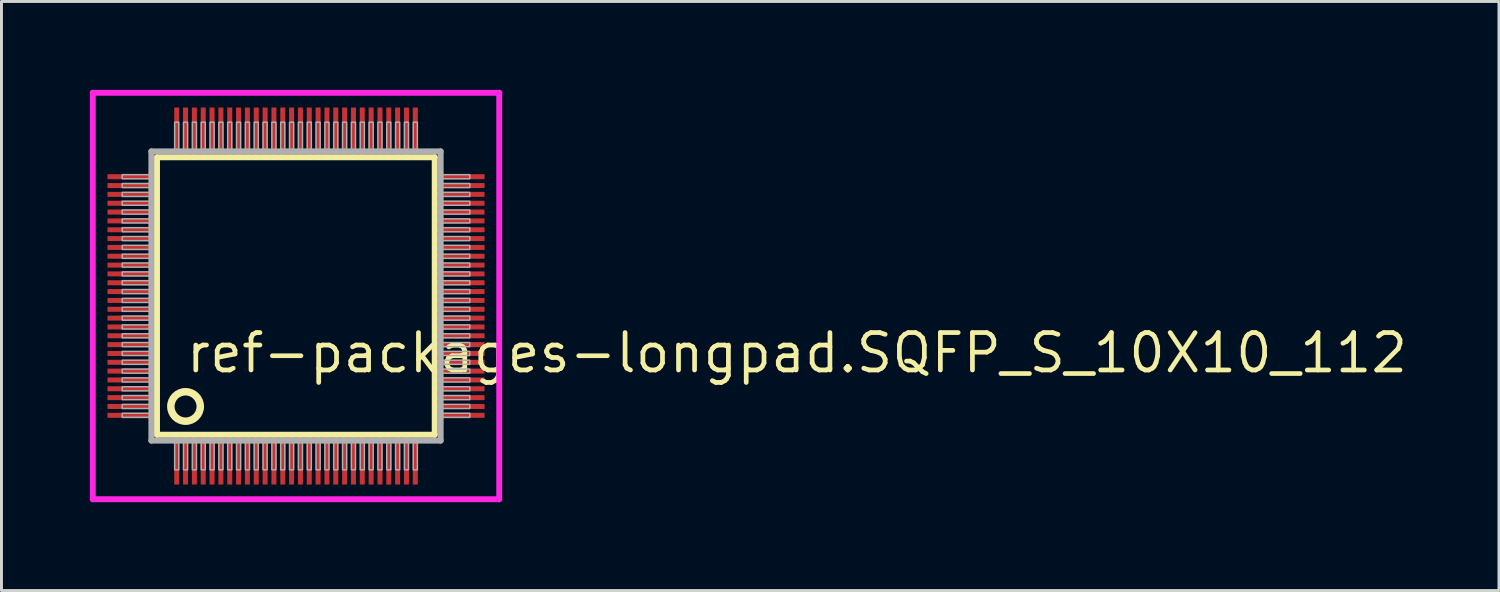
<source format=kicad_pcb>
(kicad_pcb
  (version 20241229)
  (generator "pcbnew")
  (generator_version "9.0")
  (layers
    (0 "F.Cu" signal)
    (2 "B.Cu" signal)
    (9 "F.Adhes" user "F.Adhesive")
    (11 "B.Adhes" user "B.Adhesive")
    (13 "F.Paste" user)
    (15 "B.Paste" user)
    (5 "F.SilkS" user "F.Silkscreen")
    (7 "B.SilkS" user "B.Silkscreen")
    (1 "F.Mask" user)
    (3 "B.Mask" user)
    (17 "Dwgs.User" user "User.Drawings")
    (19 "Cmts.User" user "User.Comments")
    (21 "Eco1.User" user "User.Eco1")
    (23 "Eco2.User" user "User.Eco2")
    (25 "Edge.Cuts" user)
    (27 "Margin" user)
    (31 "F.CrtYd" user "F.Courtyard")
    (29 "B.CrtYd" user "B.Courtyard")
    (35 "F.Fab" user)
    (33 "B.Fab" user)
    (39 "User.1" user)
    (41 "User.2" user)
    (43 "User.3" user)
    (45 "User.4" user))
  (footprint "ref-packages-longpad.SQFP_S_10X10_112"
    (layer "F.Cu")
    (at 7 7)
    (property "Reference" "ref-packages-longpad.SQFP_S_10X10_112" (at -3.81 2.675 0) (layer "F.SilkS") (effects (font (size 1.27 1.27) (thickness 0.16)) (justify left bottom)))
    (attr smd)
    (fp_line (start -4.72 -4.71) (end 4.71 -4.71) (stroke (width 0.203) (type default)) (layer "F.SilkS"))
    (fp_line (start -4.72 4.71) (end -4.72 -4.71) (stroke (width 0.203) (type default)) (layer "F.SilkS"))
    (fp_line (start 4.71 -4.71) (end 4.71 4.71) (stroke (width 0.203) (type default)) (layer "F.SilkS"))
    (fp_line (start 4.71 4.71) (end -4.72 4.71) (stroke (width 0.203) (type default)) (layer "F.SilkS"))
    (fp_circle (center -3.75 3.75) (end -3.25 3.75) (stroke (width 0.254) (type default)) (fill no) (layer "F.SilkS"))
    (fp_line (start -6.9 -6.9) (end 6.9 -6.9) (stroke (width 0.2) (type default)) (layer "F.CrtYd"))
    (fp_line (start -6.9 6.9) (end -6.9 -6.9) (stroke (width 0.2) (type default)) (layer "F.CrtYd"))
    (fp_line (start 6.9 -6.9) (end 6.9 6.9) (stroke (width 0.2) (type default)) (layer "F.CrtYd"))
    (fp_line (start 6.9 6.9) (end -6.9 6.9) (stroke (width 0.2) (type default)) (layer "F.CrtYd"))
    (fp_line (start -4.91 -4.91) (end -4.91 4.91) (stroke (width 0.203) (type default)) (layer "F.Fab"))
    (fp_line (start -4.91 4.91) (end 4.91 4.91) (stroke (width 0.203) (type default)) (layer "F.Fab"))
    (fp_line (start 4.91 -4.91) (end -4.91 -4.91) (stroke (width 0.203) (type default)) (layer "F.Fab"))
    (fp_line (start 4.91 4.91) (end 4.91 -4.91) (stroke (width 0.203) (type default)) (layer "F.Fab"))
    (fp_rect (start -5.9 -3.98) (end -4.95 -4.12) (stroke (width 0.05) (type default)) (fill no) (layer "F.Fab"))
    (fp_rect (start -5.9 -3.68) (end -4.95 -3.82) (stroke (width 0.05) (type default)) (fill no) (layer "F.Fab"))
    (fp_rect (start -5.9 -3.38) (end -4.95 -3.52) (stroke (width 0.05) (type default)) (fill no) (layer "F.Fab"))
    (fp_rect (start -5.9 -3.08) (end -4.95 -3.22) (stroke (width 0.05) (type default)) (fill no) (layer "F.Fab"))
    (fp_rect (start -5.9 -2.78) (end -4.95 -2.92) (stroke (width 0.05) (type default)) (fill no) (layer "F.Fab"))
    (fp_rect (start -5.9 -2.48) (end -4.95 -2.62) (stroke (width 0.05) (type default)) (fill no) (layer "F.Fab"))
    (fp_rect (start -5.9 -2.18) (end -4.95 -2.32) (stroke (width 0.05) (type default)) (fill no) (layer "F.Fab"))
    (fp_rect (start -5.9 -1.88) (end -4.95 -2.02) (stroke (width 0.05) (type default)) (fill no) (layer "F.Fab"))
    (fp_rect (start -5.9 -1.58) (end -4.95 -1.72) (stroke (width 0.05) (type default)) (fill no) (layer "F.Fab"))
    (fp_rect (start -5.9 -1.28) (end -4.95 -1.42) (stroke (width 0.05) (type default)) (fill no) (layer "F.Fab"))
    (fp_rect (start -5.9 -0.98) (end -4.95 -1.12) (stroke (width 0.05) (type default)) (fill no) (layer "F.Fab"))
    (fp_rect (start -5.9 -0.68) (end -4.95 -0.82) (stroke (width 0.05) (type default)) (fill no) (layer "F.Fab"))
    (fp_rect (start -5.9 -0.38) (end -4.95 -0.52) (stroke (width 0.05) (type default)) (fill no) (layer "F.Fab"))
    (fp_rect (start -5.9 -0.08) (end -4.95 -0.22) (stroke (width 0.05) (type default)) (fill no) (layer "F.Fab"))
    (fp_rect (start -5.9 0.22) (end -4.95 0.08) (stroke (width 0.05) (type default)) (fill no) (layer "F.Fab"))
    (fp_rect (start -5.9 0.52) (end -4.95 0.38) (stroke (width 0.05) (type default)) (fill no) (layer "F.Fab"))
    (fp_rect (start -5.9 0.82) (end -4.95 0.68) (stroke (width 0.05) (type default)) (fill no) (layer "F.Fab"))
    (fp_rect (start -5.9 1.12) (end -4.95 0.98) (stroke (width 0.05) (type default)) (fill no) (layer "F.Fab"))
    (fp_rect (start -5.9 1.42) (end -4.95 1.28) (stroke (width 0.05) (type default)) (fill no) (layer "F.Fab"))
    (fp_rect (start -5.9 1.72) (end -4.95 1.58) (stroke (width 0.05) (type default)) (fill no) (layer "F.Fab"))
    (fp_rect (start -5.9 2.02) (end -4.95 1.88) (stroke (width 0.05) (type default)) (fill no) (layer "F.Fab"))
    (fp_rect (start -5.9 2.32) (end -4.95 2.18) (stroke (width 0.05) (type default)) (fill no) (layer "F.Fab"))
    (fp_rect (start -5.9 2.62) (end -4.95 2.48) (stroke (width 0.05) (type default)) (fill no) (layer "F.Fab"))
    (fp_rect (start -5.9 2.92) (end -4.95 2.78) (stroke (width 0.05) (type default)) (fill no) (layer "F.Fab"))
    (fp_rect (start -5.9 3.22) (end -4.95 3.08) (stroke (width 0.05) (type default)) (fill no) (layer "F.Fab"))
    (fp_rect (start -5.9 3.52) (end -4.95 3.38) (stroke (width 0.05) (type default)) (fill no) (layer "F.Fab"))
    (fp_rect (start -5.9 3.82) (end -4.95 3.68) (stroke (width 0.05) (type default)) (fill no) (layer "F.Fab"))
    (fp_rect (start -5.9 4.12) (end -4.95 3.98) (stroke (width 0.05) (type default)) (fill no) (layer "F.Fab"))
    (fp_rect (start -4.12 -4.95) (end -3.98 -5.9) (stroke (width 0.05) (type default)) (fill no) (layer "F.Fab"))
    (fp_rect (start -4.12 5.9) (end -3.98 4.95) (stroke (width 0.05) (type default)) (fill no) (layer "F.Fab"))
    (fp_rect (start -3.82 -4.95) (end -3.68 -5.9) (stroke (width 0.05) (type default)) (fill no) (layer "F.Fab"))
    (fp_rect (start -3.82 5.9) (end -3.68 4.95) (stroke (width 0.05) (type default)) (fill no) (layer "F.Fab"))
    (fp_rect (start -3.52 -4.95) (end -3.38 -5.9) (stroke (width 0.05) (type default)) (fill no) (layer "F.Fab"))
    (fp_rect (start -3.52 5.9) (end -3.38 4.95) (stroke (width 0.05) (type default)) (fill no) (layer "F.Fab"))
    (fp_rect (start -3.22 -4.95) (end -3.08 -5.9) (stroke (width 0.05) (type default)) (fill no) (layer "F.Fab"))
    (fp_rect (start -3.22 5.9) (end -3.08 4.95) (stroke (width 0.05) (type default)) (fill no) (layer "F.Fab"))
    (fp_rect (start -2.92 -4.95) (end -2.78 -5.9) (stroke (width 0.05) (type default)) (fill no) (layer "F.Fab"))
    (fp_rect (start -2.92 5.9) (end -2.78 4.95) (stroke (width 0.05) (type default)) (fill no) (layer "F.Fab"))
    (fp_rect (start -2.62 -4.95) (end -2.48 -5.9) (stroke (width 0.05) (type default)) (fill no) (layer "F.Fab"))
    (fp_rect (start -2.62 5.9) (end -2.48 4.95) (stroke (width 0.05) (type default)) (fill no) (layer "F.Fab"))
    (fp_rect (start -2.32 -4.95) (end -2.18 -5.9) (stroke (width 0.05) (type default)) (fill no) (layer "F.Fab"))
    (fp_rect (start -2.32 5.9) (end -2.18 4.95) (stroke (width 0.05) (type default)) (fill no) (layer "F.Fab"))
    (fp_rect (start -2.02 -4.95) (end -1.88 -5.9) (stroke (width 0.05) (type default)) (fill no) (layer "F.Fab"))
    (fp_rect (start -2.02 5.9) (end -1.88 4.95) (stroke (width 0.05) (type default)) (fill no) (layer "F.Fab"))
    (fp_rect (start -1.72 -4.95) (end -1.58 -5.9) (stroke (width 0.05) (type default)) (fill no) (layer "F.Fab"))
    (fp_rect (start -1.72 5.9) (end -1.58 4.95) (stroke (width 0.05) (type default)) (fill no) (layer "F.Fab"))
    (fp_rect (start -1.42 -4.95) (end -1.28 -5.9) (stroke (width 0.05) (type default)) (fill no) (layer "F.Fab"))
    (fp_rect (start -1.42 5.9) (end -1.28 4.95) (stroke (width 0.05) (type default)) (fill no) (layer "F.Fab"))
    (fp_rect (start -1.12 -4.95) (end -0.98 -5.9) (stroke (width 0.05) (type default)) (fill no) (layer "F.Fab"))
    (fp_rect (start -1.12 5.9) (end -0.98 4.95) (stroke (width 0.05) (type default)) (fill no) (layer "F.Fab"))
    (fp_rect (start -0.82 -4.95) (end -0.68 -5.9) (stroke (width 0.05) (type default)) (fill no) (layer "F.Fab"))
    (fp_rect (start -0.82 5.9) (end -0.68 4.95) (stroke (width 0.05) (type default)) (fill no) (layer "F.Fab"))
    (fp_rect (start -0.52 -4.95) (end -0.38 -5.9) (stroke (width 0.05) (type default)) (fill no) (layer "F.Fab"))
    (fp_rect (start -0.52 5.9) (end -0.38 4.95) (stroke (width 0.05) (type default)) (fill no) (layer "F.Fab"))
    (fp_rect (start -0.22 -4.95) (end -0.08 -5.9) (stroke (width 0.05) (type default)) (fill no) (layer "F.Fab"))
    (fp_rect (start -0.22 5.9) (end -0.08 4.95) (stroke (width 0.05) (type default)) (fill no) (layer "F.Fab"))
    (fp_rect (start 0.08 -4.95) (end 0.22 -5.9) (stroke (width 0.05) (type default)) (fill no) (layer "F.Fab"))
    (fp_rect (start 0.08 5.9) (end 0.22 4.95) (stroke (width 0.05) (type default)) (fill no) (layer "F.Fab"))
    (fp_rect (start 0.38 -4.95) (end 0.52 -5.9) (stroke (width 0.05) (type default)) (fill no) (layer "F.Fab"))
    (fp_rect (start 0.38 5.9) (end 0.52 4.95) (stroke (width 0.05) (type default)) (fill no) (layer "F.Fab"))
    (fp_rect (start 0.68 -4.95) (end 0.82 -5.9) (stroke (width 0.05) (type default)) (fill no) (layer "F.Fab"))
    (fp_rect (start 0.68 5.9) (end 0.82 4.95) (stroke (width 0.05) (type default)) (fill no) (layer "F.Fab"))
    (fp_rect (start 0.98 -4.95) (end 1.12 -5.9) (stroke (width 0.05) (type default)) (fill no) (layer "F.Fab"))
    (fp_rect (start 0.98 5.9) (end 1.12 4.95) (stroke (width 0.05) (type default)) (fill no) (layer "F.Fab"))
    (fp_rect (start 1.28 -4.95) (end 1.42 -5.9) (stroke (width 0.05) (type default)) (fill no) (layer "F.Fab"))
    (fp_rect (start 1.28 5.9) (end 1.42 4.95) (stroke (width 0.05) (type default)) (fill no) (layer "F.Fab"))
    (fp_rect (start 1.58 -4.95) (end 1.72 -5.9) (stroke (width 0.05) (type default)) (fill no) (layer "F.Fab"))
    (fp_rect (start 1.58 5.9) (end 1.72 4.95) (stroke (width 0.05) (type default)) (fill no) (layer "F.Fab"))
    (fp_rect (start 1.88 -4.95) (end 2.02 -5.9) (stroke (width 0.05) (type default)) (fill no) (layer "F.Fab"))
    (fp_rect (start 1.88 5.9) (end 2.02 4.95) (stroke (width 0.05) (type default)) (fill no) (layer "F.Fab"))
    (fp_rect (start 2.18 -4.95) (end 2.32 -5.9) (stroke (width 0.05) (type default)) (fill no) (layer "F.Fab"))
    (fp_rect (start 2.18 5.9) (end 2.32 4.95) (stroke (width 0.05) (type default)) (fill no) (layer "F.Fab"))
    (fp_rect (start 2.48 -4.95) (end 2.62 -5.9) (stroke (width 0.05) (type default)) (fill no) (layer "F.Fab"))
    (fp_rect (start 2.48 5.9) (end 2.62 4.95) (stroke (width 0.05) (type default)) (fill no) (layer "F.Fab"))
    (fp_rect (start 2.78 -4.95) (end 2.92 -5.9) (stroke (width 0.05) (type default)) (fill no) (layer "F.Fab"))
    (fp_rect (start 2.78 5.9) (end 2.92 4.95) (stroke (width 0.05) (type default)) (fill no) (layer "F.Fab"))
    (fp_rect (start 3.08 -4.95) (end 3.22 -5.9) (stroke (width 0.05) (type default)) (fill no) (layer "F.Fab"))
    (fp_rect (start 3.08 5.9) (end 3.22 4.95) (stroke (width 0.05) (type default)) (fill no) (layer "F.Fab"))
    (fp_rect (start 3.38 -4.95) (end 3.52 -5.9) (stroke (width 0.05) (type default)) (fill no) (layer "F.Fab"))
    (fp_rect (start 3.38 5.9) (end 3.52 4.95) (stroke (width 0.05) (type default)) (fill no) (layer "F.Fab"))
    (fp_rect (start 3.68 -4.95) (end 3.82 -5.9) (stroke (width 0.05) (type default)) (fill no) (layer "F.Fab"))
    (fp_rect (start 3.68 5.9) (end 3.82 4.95) (stroke (width 0.05) (type default)) (fill no) (layer "F.Fab"))
    (fp_rect (start 3.98 -4.95) (end 4.12 -5.9) (stroke (width 0.05) (type default)) (fill no) (layer "F.Fab"))
    (fp_rect (start 3.98 5.9) (end 4.12 4.95) (stroke (width 0.05) (type default)) (fill no) (layer "F.Fab"))
    (fp_rect (start 4.95 -3.98) (end 5.9 -4.12) (stroke (width 0.05) (type default)) (fill no) (layer "F.Fab"))
    (fp_rect (start 4.95 -3.68) (end 5.9 -3.82) (stroke (width 0.05) (type default)) (fill no) (layer "F.Fab"))
    (fp_rect (start 4.95 -3.38) (end 5.9 -3.52) (stroke (width 0.05) (type default)) (fill no) (layer "F.Fab"))
    (fp_rect (start 4.95 -3.08) (end 5.9 -3.22) (stroke (width 0.05) (type default)) (fill no) (layer "F.Fab"))
    (fp_rect (start 4.95 -2.78) (end 5.9 -2.92) (stroke (width 0.05) (type default)) (fill no) (layer "F.Fab"))
    (fp_rect (start 4.95 -2.48) (end 5.9 -2.62) (stroke (width 0.05) (type default)) (fill no) (layer "F.Fab"))
    (fp_rect (start 4.95 -2.18) (end 5.9 -2.32) (stroke (width 0.05) (type default)) (fill no) (layer "F.Fab"))
    (fp_rect (start 4.95 -1.88) (end 5.9 -2.02) (stroke (width 0.05) (type default)) (fill no) (layer "F.Fab"))
    (fp_rect (start 4.95 -1.58) (end 5.9 -1.72) (stroke (width 0.05) (type default)) (fill no) (layer "F.Fab"))
    (fp_rect (start 4.95 -1.28) (end 5.9 -1.42) (stroke (width 0.05) (type default)) (fill no) (layer "F.Fab"))
    (fp_rect (start 4.95 -0.98) (end 5.9 -1.12) (stroke (width 0.05) (type default)) (fill no) (layer "F.Fab"))
    (fp_rect (start 4.95 -0.68) (end 5.9 -0.82) (stroke (width 0.05) (type default)) (fill no) (layer "F.Fab"))
    (fp_rect (start 4.95 -0.38) (end 5.9 -0.52) (stroke (width 0.05) (type default)) (fill no) (layer "F.Fab"))
    (fp_rect (start 4.95 -0.08) (end 5.9 -0.22) (stroke (width 0.05) (type default)) (fill no) (layer "F.Fab"))
    (fp_rect (start 4.95 0.22) (end 5.9 0.08) (stroke (width 0.05) (type default)) (fill no) (layer "F.Fab"))
    (fp_rect (start 4.95 0.52) (end 5.9 0.38) (stroke (width 0.05) (type default)) (fill no) (layer "F.Fab"))
    (fp_rect (start 4.95 0.82) (end 5.9 0.68) (stroke (width 0.05) (type default)) (fill no) (layer "F.Fab"))
    (fp_rect (start 4.95 1.12) (end 5.9 0.98) (stroke (width 0.05) (type default)) (fill no) (layer "F.Fab"))
    (fp_rect (start 4.95 1.42) (end 5.9 1.28) (stroke (width 0.05) (type default)) (fill no) (layer "F.Fab"))
    (fp_rect (start 4.95 1.72) (end 5.9 1.58) (stroke (width 0.05) (type default)) (fill no) (layer "F.Fab"))
    (fp_rect (start 4.95 2.02) (end 5.9 1.88) (stroke (width 0.05) (type default)) (fill no) (layer "F.Fab"))
    (fp_rect (start 4.95 2.32) (end 5.9 2.18) (stroke (width 0.05) (type default)) (fill no) (layer "F.Fab"))
    (fp_rect (start 4.95 2.62) (end 5.9 2.48) (stroke (width 0.05) (type default)) (fill no) (layer "F.Fab"))
    (fp_rect (start 4.95 2.92) (end 5.9 2.78) (stroke (width 0.05) (type default)) (fill no) (layer "F.Fab"))
    (fp_rect (start 4.95 3.22) (end 5.9 3.08) (stroke (width 0.05) (type default)) (fill no) (layer "F.Fab"))
    (fp_rect (start 4.95 3.52) (end 5.9 3.38) (stroke (width 0.05) (type default)) (fill no) (layer "F.Fab"))
    (fp_rect (start 4.95 3.82) (end 5.9 3.68) (stroke (width 0.05) (type default)) (fill no) (layer "F.Fab"))
    (fp_rect (start 4.95 4.12) (end 5.9 3.98) (stroke (width 0.05) (type default)) (fill no) (layer "F.Fab"))
    (pad "1" smd roundrect (at -4.05 5.6) (size 0.17 1.6) (layers "F.Cu" "F.Mask" "F.Paste") (roundrect_rratio 0.01))
    (pad "2" smd roundrect (at -3.75 5.6) (size 0.17 1.6) (layers "F.Cu" "F.Mask" "F.Paste") (roundrect_rratio 0.01))
    (pad "3" smd roundrect (at -3.45 5.6) (size 0.17 1.6) (layers "F.Cu" "F.Mask" "F.Paste") (roundrect_rratio 0.01))
    (pad "4" smd roundrect (at -3.15 5.6) (size 0.17 1.6) (layers "F.Cu" "F.Mask" "F.Paste") (roundrect_rratio 0.01))
    (pad "5" smd roundrect (at -2.85 5.6) (size 0.17 1.6) (layers "F.Cu" "F.Mask" "F.Paste") (roundrect_rratio 0.01))
    (pad "6" smd roundrect (at -2.55 5.6) (size 0.17 1.6) (layers "F.Cu" "F.Mask" "F.Paste") (roundrect_rratio 0.01))
    (pad "7" smd roundrect (at -2.25 5.6) (size 0.17 1.6) (layers "F.Cu" "F.Mask" "F.Paste") (roundrect_rratio 0.01))
    (pad "8" smd roundrect (at -1.95 5.6) (size 0.17 1.6) (layers "F.Cu" "F.Mask" "F.Paste") (roundrect_rratio 0.01))
    (pad "9" smd roundrect (at -1.65 5.6) (size 0.17 1.6) (layers "F.Cu" "F.Mask" "F.Paste") (roundrect_rratio 0.01))
    (pad "10" smd roundrect (at -1.35 5.6) (size 0.17 1.6) (layers "F.Cu" "F.Mask" "F.Paste") (roundrect_rratio 0.01))
    (pad "11" smd roundrect (at -1.05 5.6) (size 0.17 1.6) (layers "F.Cu" "F.Mask" "F.Paste") (roundrect_rratio 0.01))
    (pad "12" smd roundrect (at -0.75 5.6) (size 0.17 1.6) (layers "F.Cu" "F.Mask" "F.Paste") (roundrect_rratio 0.01))
    (pad "13" smd roundrect (at -0.45 5.6) (size 0.17 1.6) (layers "F.Cu" "F.Mask" "F.Paste") (roundrect_rratio 0.01))
    (pad "14" smd roundrect (at -0.15 5.6) (size 0.17 1.6) (layers "F.Cu" "F.Mask" "F.Paste") (roundrect_rratio 0.01))
    (pad "15" smd roundrect (at 0.15 5.6) (size 0.17 1.6) (layers "F.Cu" "F.Mask" "F.Paste") (roundrect_rratio 0.01))
    (pad "16" smd roundrect (at 0.45 5.6) (size 0.17 1.6) (layers "F.Cu" "F.Mask" "F.Paste") (roundrect_rratio 0.01))
    (pad "17" smd roundrect (at 0.75 5.6) (size 0.17 1.6) (layers "F.Cu" "F.Mask" "F.Paste") (roundrect_rratio 0.01))
    (pad "18" smd roundrect (at 1.05 5.6) (size 0.17 1.6) (layers "F.Cu" "F.Mask" "F.Paste") (roundrect_rratio 0.01))
    (pad "19" smd roundrect (at 1.35 5.6) (size 0.17 1.6) (layers "F.Cu" "F.Mask" "F.Paste") (roundrect_rratio 0.01))
    (pad "20" smd roundrect (at 1.65 5.6) (size 0.17 1.6) (layers "F.Cu" "F.Mask" "F.Paste") (roundrect_rratio 0.01))
    (pad "21" smd roundrect (at 1.95 5.6) (size 0.17 1.6) (layers "F.Cu" "F.Mask" "F.Paste") (roundrect_rratio 0.01))
    (pad "22" smd roundrect (at 2.25 5.6) (size 0.17 1.6) (layers "F.Cu" "F.Mask" "F.Paste") (roundrect_rratio 0.01))
    (pad "23" smd roundrect (at 2.55 5.6) (size 0.17 1.6) (layers "F.Cu" "F.Mask" "F.Paste") (roundrect_rratio 0.01))
    (pad "24" smd roundrect (at 2.85 5.6) (size 0.17 1.6) (layers "F.Cu" "F.Mask" "F.Paste") (roundrect_rratio 0.01))
    (pad "25" smd roundrect (at 3.15 5.6) (size 0.17 1.6) (layers "F.Cu" "F.Mask" "F.Paste") (roundrect_rratio 0.01))
    (pad "26" smd roundrect (at 3.45 5.6) (size 0.17 1.6) (layers "F.Cu" "F.Mask" "F.Paste") (roundrect_rratio 0.01))
    (pad "27" smd roundrect (at 3.75 5.6) (size 0.17 1.6) (layers "F.Cu" "F.Mask" "F.Paste") (roundrect_rratio 0.01))
    (pad "28" smd roundrect (at 4.05 5.6) (size 0.17 1.6) (layers "F.Cu" "F.Mask" "F.Paste") (roundrect_rratio 0.01))
    (pad "29" smd roundrect (at 5.6 4.05) (size 1.6 0.17) (layers "F.Cu" "F.Mask" "F.Paste") (roundrect_rratio 0.01))
    (pad "30" smd roundrect (at 5.6 3.75) (size 1.6 0.17) (layers "F.Cu" "F.Mask" "F.Paste") (roundrect_rratio 0.01))
    (pad "31" smd roundrect (at 5.6 3.45) (size 1.6 0.17) (layers "F.Cu" "F.Mask" "F.Paste") (roundrect_rratio 0.01))
    (pad "32" smd roundrect (at 5.6 3.15) (size 1.6 0.17) (layers "F.Cu" "F.Mask" "F.Paste") (roundrect_rratio 0.01))
    (pad "33" smd roundrect (at 5.6 2.85) (size 1.6 0.17) (layers "F.Cu" "F.Mask" "F.Paste") (roundrect_rratio 0.01))
    (pad "34" smd roundrect (at 5.6 2.55) (size 1.6 0.17) (layers "F.Cu" "F.Mask" "F.Paste") (roundrect_rratio 0.01))
    (pad "35" smd roundrect (at 5.6 2.25) (size 1.6 0.17) (layers "F.Cu" "F.Mask" "F.Paste") (roundrect_rratio 0.01))
    (pad "36" smd roundrect (at 5.6 1.95) (size 1.6 0.17) (layers "F.Cu" "F.Mask" "F.Paste") (roundrect_rratio 0.01))
    (pad "37" smd roundrect (at 5.6 1.65) (size 1.6 0.17) (layers "F.Cu" "F.Mask" "F.Paste") (roundrect_rratio 0.01))
    (pad "38" smd roundrect (at 5.6 1.35) (size 1.6 0.17) (layers "F.Cu" "F.Mask" "F.Paste") (roundrect_rratio 0.01))
    (pad "39" smd roundrect (at 5.6 1.05) (size 1.6 0.17) (layers "F.Cu" "F.Mask" "F.Paste") (roundrect_rratio 0.01))
    (pad "40" smd roundrect (at 5.6 0.75) (size 1.6 0.17) (layers "F.Cu" "F.Mask" "F.Paste") (roundrect_rratio 0.01))
    (pad "41" smd roundrect (at 5.6 0.45) (size 1.6 0.17) (layers "F.Cu" "F.Mask" "F.Paste") (roundrect_rratio 0.01))
    (pad "42" smd roundrect (at 5.6 0.15) (size 1.6 0.17) (layers "F.Cu" "F.Mask" "F.Paste") (roundrect_rratio 0.01))
    (pad "43" smd roundrect (at 5.6 -0.15) (size 1.6 0.17) (layers "F.Cu" "F.Mask" "F.Paste") (roundrect_rratio 0.01))
    (pad "44" smd roundrect (at 5.6 -0.45) (size 1.6 0.17) (layers "F.Cu" "F.Mask" "F.Paste") (roundrect_rratio 0.01))
    (pad "45" smd roundrect (at 5.6 -0.75) (size 1.6 0.17) (layers "F.Cu" "F.Mask" "F.Paste") (roundrect_rratio 0.01))
    (pad "46" smd roundrect (at 5.6 -1.05) (size 1.6 0.17) (layers "F.Cu" "F.Mask" "F.Paste") (roundrect_rratio 0.01))
    (pad "47" smd roundrect (at 5.6 -1.35) (size 1.6 0.17) (layers "F.Cu" "F.Mask" "F.Paste") (roundrect_rratio 0.01))
    (pad "48" smd roundrect (at 5.6 -1.65) (size 1.6 0.17) (layers "F.Cu" "F.Mask" "F.Paste") (roundrect_rratio 0.01))
    (pad "49" smd roundrect (at 5.6 -1.95) (size 1.6 0.17) (layers "F.Cu" "F.Mask" "F.Paste") (roundrect_rratio 0.01))
    (pad "50" smd roundrect (at 5.6 -2.25) (size 1.6 0.17) (layers "F.Cu" "F.Mask" "F.Paste") (roundrect_rratio 0.01))
    (pad "51" smd roundrect (at 5.6 -2.55) (size 1.6 0.17) (layers "F.Cu" "F.Mask" "F.Paste") (roundrect_rratio 0.01))
    (pad "52" smd roundrect (at 5.6 -2.85) (size 1.6 0.17) (layers "F.Cu" "F.Mask" "F.Paste") (roundrect_rratio 0.01))
    (pad "53" smd roundrect (at 5.6 -3.15) (size 1.6 0.17) (layers "F.Cu" "F.Mask" "F.Paste") (roundrect_rratio 0.01))
    (pad "54" smd roundrect (at 5.6 -3.45) (size 1.6 0.17) (layers "F.Cu" "F.Mask" "F.Paste") (roundrect_rratio 0.01))
    (pad "55" smd roundrect (at 5.6 -3.75) (size 1.6 0.17) (layers "F.Cu" "F.Mask" "F.Paste") (roundrect_rratio 0.01))
    (pad "56" smd roundrect (at 5.6 -4.05) (size 1.6 0.17) (layers "F.Cu" "F.Mask" "F.Paste") (roundrect_rratio 0.01))
    (pad "57" smd roundrect (at 4.05 -5.6) (size 0.17 1.6) (layers "F.Cu" "F.Mask" "F.Paste") (roundrect_rratio 0.01))
    (pad "58" smd roundrect (at 3.75 -5.6) (size 0.17 1.6) (layers "F.Cu" "F.Mask" "F.Paste") (roundrect_rratio 0.01))
    (pad "59" smd roundrect (at 3.45 -5.6) (size 0.17 1.6) (layers "F.Cu" "F.Mask" "F.Paste") (roundrect_rratio 0.01))
    (pad "60" smd roundrect (at 3.15 -5.6) (size 0.17 1.6) (layers "F.Cu" "F.Mask" "F.Paste") (roundrect_rratio 0.01))
    (pad "61" smd roundrect (at 2.85 -5.6) (size 0.17 1.6) (layers "F.Cu" "F.Mask" "F.Paste") (roundrect_rratio 0.01))
    (pad "62" smd roundrect (at 2.55 -5.6) (size 0.17 1.6) (layers "F.Cu" "F.Mask" "F.Paste") (roundrect_rratio 0.01))
    (pad "63" smd roundrect (at 2.25 -5.6) (size 0.17 1.6) (layers "F.Cu" "F.Mask" "F.Paste") (roundrect_rratio 0.01))
    (pad "64" smd roundrect (at 1.95 -5.6) (size 0.17 1.6) (layers "F.Cu" "F.Mask" "F.Paste") (roundrect_rratio 0.01))
    (pad "65" smd roundrect (at 1.65 -5.6) (size 0.17 1.6) (layers "F.Cu" "F.Mask" "F.Paste") (roundrect_rratio 0.01))
    (pad "66" smd roundrect (at 1.35 -5.6) (size 0.17 1.6) (layers "F.Cu" "F.Mask" "F.Paste") (roundrect_rratio 0.01))
    (pad "67" smd roundrect (at 1.05 -5.6) (size 0.17 1.6) (layers "F.Cu" "F.Mask" "F.Paste") (roundrect_rratio 0.01))
    (pad "68" smd roundrect (at 0.75 -5.6) (size 0.17 1.6) (layers "F.Cu" "F.Mask" "F.Paste") (roundrect_rratio 0.01))
    (pad "69" smd roundrect (at 0.45 -5.6) (size 0.17 1.6) (layers "F.Cu" "F.Mask" "F.Paste") (roundrect_rratio 0.01))
    (pad "70" smd roundrect (at 0.15 -5.6) (size 0.17 1.6) (layers "F.Cu" "F.Mask" "F.Paste") (roundrect_rratio 0.01))
    (pad "71" smd roundrect (at -0.15 -5.6) (size 0.17 1.6) (layers "F.Cu" "F.Mask" "F.Paste") (roundrect_rratio 0.01))
    (pad "72" smd roundrect (at -0.45 -5.6) (size 0.17 1.6) (layers "F.Cu" "F.Mask" "F.Paste") (roundrect_rratio 0.01))
    (pad "73" smd roundrect (at -0.75 -5.6) (size 0.17 1.6) (layers "F.Cu" "F.Mask" "F.Paste") (roundrect_rratio 0.01))
    (pad "74" smd roundrect (at -1.05 -5.6) (size 0.17 1.6) (layers "F.Cu" "F.Mask" "F.Paste") (roundrect_rratio 0.01))
    (pad "75" smd roundrect (at -1.35 -5.6) (size 0.17 1.6) (layers "F.Cu" "F.Mask" "F.Paste") (roundrect_rratio 0.01))
    (pad "76" smd roundrect (at -1.65 -5.6) (size 0.17 1.6) (layers "F.Cu" "F.Mask" "F.Paste") (roundrect_rratio 0.01))
    (pad "77" smd roundrect (at -1.95 -5.6) (size 0.17 1.6) (layers "F.Cu" "F.Mask" "F.Paste") (roundrect_rratio 0.01))
    (pad "78" smd roundrect (at -2.25 -5.6) (size 0.17 1.6) (layers "F.Cu" "F.Mask" "F.Paste") (roundrect_rratio 0.01))
    (pad "79" smd roundrect (at -2.55 -5.6) (size 0.17 1.6) (layers "F.Cu" "F.Mask" "F.Paste") (roundrect_rratio 0.01))
    (pad "80" smd roundrect (at -2.85 -5.6) (size 0.17 1.6) (layers "F.Cu" "F.Mask" "F.Paste") (roundrect_rratio 0.01))
    (pad "81" smd roundrect (at -3.15 -5.6) (size 0.17 1.6) (layers "F.Cu" "F.Mask" "F.Paste") (roundrect_rratio 0.01))
    (pad "82" smd roundrect (at -3.45 -5.6) (size 0.17 1.6) (layers "F.Cu" "F.Mask" "F.Paste") (roundrect_rratio 0.01))
    (pad "83" smd roundrect (at -3.75 -5.6) (size 0.17 1.6) (layers "F.Cu" "F.Mask" "F.Paste") (roundrect_rratio 0.01))
    (pad "84" smd roundrect (at -4.05 -5.6) (size 0.17 1.6) (layers "F.Cu" "F.Mask" "F.Paste") (roundrect_rratio 0.01))
    (pad "85" smd roundrect (at -5.6 -4.05) (size 1.6 0.17) (layers "F.Cu" "F.Mask" "F.Paste") (roundrect_rratio 0.01))
    (pad "86" smd roundrect (at -5.6 -3.75) (size 1.6 0.17) (layers "F.Cu" "F.Mask" "F.Paste") (roundrect_rratio 0.01))
    (pad "87" smd roundrect (at -5.6 -3.45) (size 1.6 0.17) (layers "F.Cu" "F.Mask" "F.Paste") (roundrect_rratio 0.01))
    (pad "88" smd roundrect (at -5.6 -3.15) (size 1.6 0.17) (layers "F.Cu" "F.Mask" "F.Paste") (roundrect_rratio 0.01))
    (pad "89" smd roundrect (at -5.6 -2.85) (size 1.6 0.17) (layers "F.Cu" "F.Mask" "F.Paste") (roundrect_rratio 0.01))
    (pad "90" smd roundrect (at -5.6 -2.55) (size 1.6 0.17) (layers "F.Cu" "F.Mask" "F.Paste") (roundrect_rratio 0.01))
    (pad "91" smd roundrect (at -5.6 -2.25) (size 1.6 0.17) (layers "F.Cu" "F.Mask" "F.Paste") (roundrect_rratio 0.01))
    (pad "92" smd roundrect (at -5.6 -1.95) (size 1.6 0.17) (layers "F.Cu" "F.Mask" "F.Paste") (roundrect_rratio 0.01))
    (pad "93" smd roundrect (at -5.6 -1.65) (size 1.6 0.17) (layers "F.Cu" "F.Mask" "F.Paste") (roundrect_rratio 0.01))
    (pad "94" smd roundrect (at -5.6 -1.35) (size 1.6 0.17) (layers "F.Cu" "F.Mask" "F.Paste") (roundrect_rratio 0.01))
    (pad "95" smd roundrect (at -5.6 -1.05) (size 1.6 0.17) (layers "F.Cu" "F.Mask" "F.Paste") (roundrect_rratio 0.01))
    (pad "96" smd roundrect (at -5.6 -0.75) (size 1.6 0.17) (layers "F.Cu" "F.Mask" "F.Paste") (roundrect_rratio 0.01))
    (pad "97" smd roundrect (at -5.6 -0.45) (size 1.6 0.17) (layers "F.Cu" "F.Mask" "F.Paste") (roundrect_rratio 0.01))
    (pad "98" smd roundrect (at -5.6 -0.15) (size 1.6 0.17) (layers "F.Cu" "F.Mask" "F.Paste") (roundrect_rratio 0.01))
    (pad "99" smd roundrect (at -5.6 0.15) (size 1.6 0.17) (layers "F.Cu" "F.Mask" "F.Paste") (roundrect_rratio 0.01))
    (pad "100" smd roundrect (at -5.6 0.45) (size 1.6 0.17) (layers "F.Cu" "F.Mask" "F.Paste") (roundrect_rratio 0.01))
    (pad "101" smd roundrect (at -5.6 0.75) (size 1.6 0.17) (layers "F.Cu" "F.Mask" "F.Paste") (roundrect_rratio 0.01))
    (pad "102" smd roundrect (at -5.6 1.05) (size 1.6 0.17) (layers "F.Cu" "F.Mask" "F.Paste") (roundrect_rratio 0.01))
    (pad "103" smd roundrect (at -5.6 1.35) (size 1.6 0.17) (layers "F.Cu" "F.Mask" "F.Paste") (roundrect_rratio 0.01))
    (pad "104" smd roundrect (at -5.6 1.65) (size 1.6 0.17) (layers "F.Cu" "F.Mask" "F.Paste") (roundrect_rratio 0.01))
    (pad "105" smd roundrect (at -5.6 1.95) (size 1.6 0.17) (layers "F.Cu" "F.Mask" "F.Paste") (roundrect_rratio 0.01))
    (pad "106" smd roundrect (at -5.6 2.25) (size 1.6 0.17) (layers "F.Cu" "F.Mask" "F.Paste") (roundrect_rratio 0.01))
    (pad "107" smd roundrect (at -5.6 2.55) (size 1.6 0.17) (layers "F.Cu" "F.Mask" "F.Paste") (roundrect_rratio 0.01))
    (pad "108" smd roundrect (at -5.6 2.85) (size 1.6 0.17) (layers "F.Cu" "F.Mask" "F.Paste") (roundrect_rratio 0.01))
    (pad "109" smd roundrect (at -5.6 3.15) (size 1.6 0.17) (layers "F.Cu" "F.Mask" "F.Paste") (roundrect_rratio 0.01))
    (pad "110" smd roundrect (at -5.6 3.45) (size 1.6 0.17) (layers "F.Cu" "F.Mask" "F.Paste") (roundrect_rratio 0.01))
    (pad "111" smd roundrect (at -5.6 3.75) (size 1.6 0.17) (layers "F.Cu" "F.Mask" "F.Paste") (roundrect_rratio 0.01))
    (pad "112" smd roundrect (at -5.6 4.05) (size 1.6 0.17) (layers "F.Cu" "F.Mask" "F.Paste") (roundrect_rratio 0.01)))
  (gr_rect
    (start -3 -3)
    (end 47.842 17)
    (stroke (width 0.1) (type default))
    (fill no)
    (layer "Edge.Cuts")))
</source>
